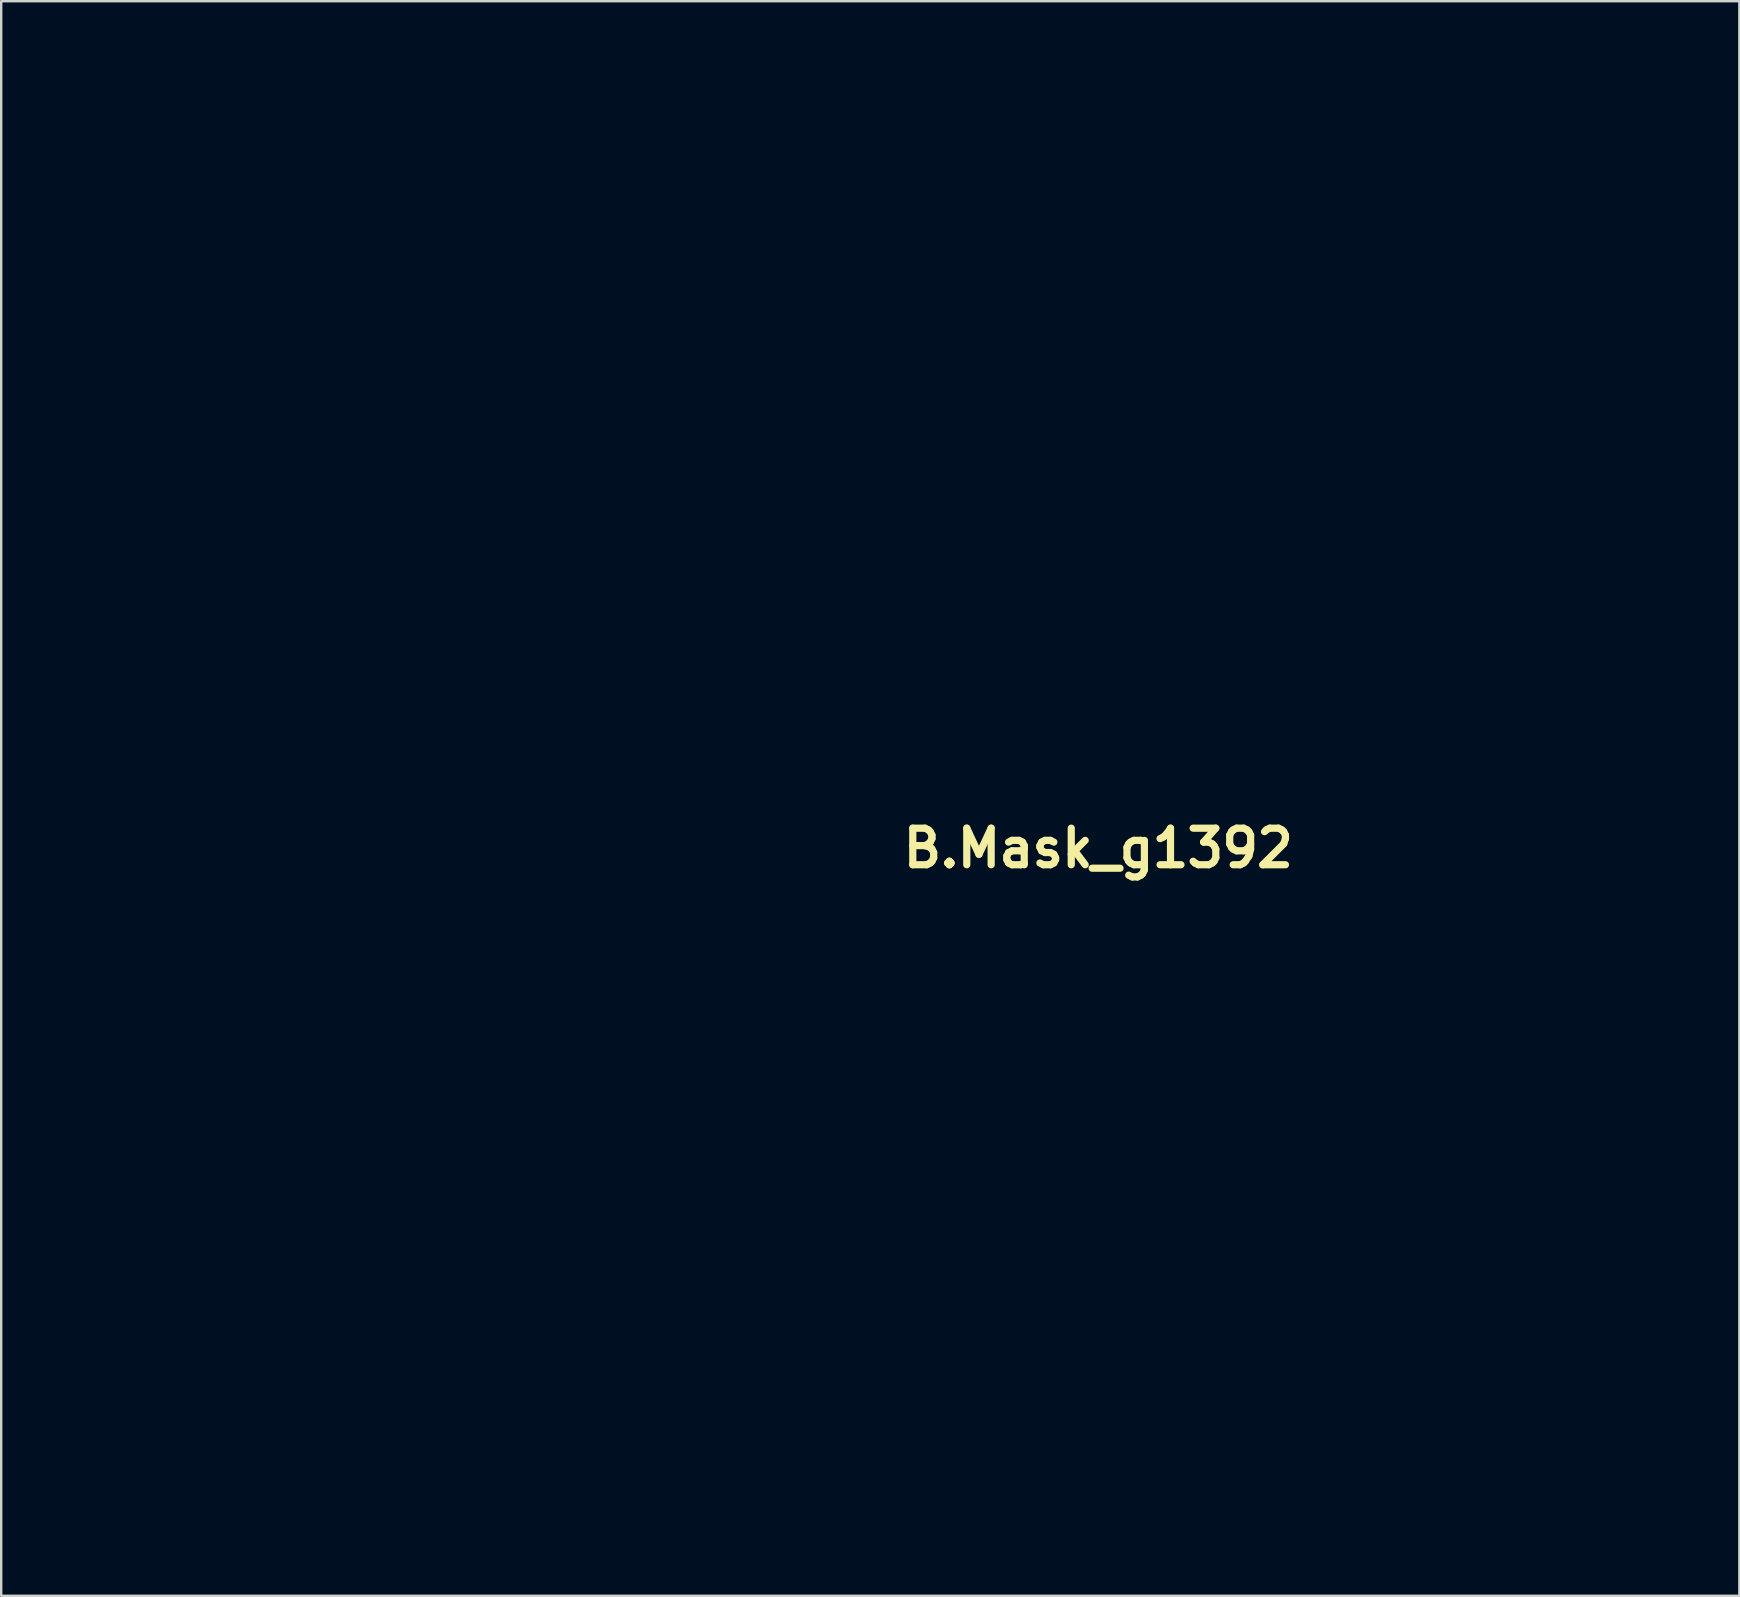
<source format=kicad_pcb>
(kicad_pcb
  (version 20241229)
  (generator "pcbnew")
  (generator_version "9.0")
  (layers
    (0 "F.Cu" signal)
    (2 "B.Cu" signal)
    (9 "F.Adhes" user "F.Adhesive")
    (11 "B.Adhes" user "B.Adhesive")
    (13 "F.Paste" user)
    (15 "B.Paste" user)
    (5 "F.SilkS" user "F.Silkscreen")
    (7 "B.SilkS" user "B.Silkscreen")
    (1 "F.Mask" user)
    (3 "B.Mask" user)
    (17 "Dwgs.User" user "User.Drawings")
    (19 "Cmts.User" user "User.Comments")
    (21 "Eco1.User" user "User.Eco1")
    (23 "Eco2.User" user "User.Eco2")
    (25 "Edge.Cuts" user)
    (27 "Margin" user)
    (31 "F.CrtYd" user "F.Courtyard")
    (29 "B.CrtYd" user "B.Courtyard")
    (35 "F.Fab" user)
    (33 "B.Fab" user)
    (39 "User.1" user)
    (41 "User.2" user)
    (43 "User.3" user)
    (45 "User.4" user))
  (footprint "B.Mask_g1392"
    (layer "F.Cu")
    (at 42.721 32.3)
    (property "Reference" "B.Mask_g1392" (at 0 0 0) (layer "F.SilkS") (effects (font (size 1.524 1.524) (thickness 0.3))))
    (attr through_hole)
    (fp_poly (pts (xy -42.199 27.468) (xy -42.081 27.561) (xy -42.007 27.691) (xy -41.988 27.838) (xy -42.03 27.981) (xy -42.093 28.06) (xy -42.233 28.138) (xy -42.394 28.15) (xy -42.548 28.097) (xy -42.61 28.048) (xy -42.698 27.91) (xy -42.716 27.76) (xy -42.672 27.618) (xy -42.575 27.505) (xy -42.433 27.44) (xy -42.355 27.432) (xy -42.199 27.468)) (stroke (width 0.01) (type solid)) (fill yes) (layer "B.Mask"))
    (fp_poly (pts (xy -42.546 10.798) (xy -42.397 10.807) (xy -42.195 10.82) (xy -41.956 10.837) (xy -41.695 10.856) (xy -41.428 10.875) (xy -41.171 10.895) (xy -40.939 10.913) (xy -40.747 10.929) (xy -40.613 10.942) (xy -40.566 10.947) (xy -40.386 10.97) (xy -40.386 14.015) (xy -40.386 14.514) (xy -40.388 14.988) (xy -40.39 15.43) (xy -40.392 15.833) (xy -40.396 16.19) (xy -40.399 16.495) (xy -40.404 16.741) (xy -40.408 16.921) (xy -40.413 17.03) (xy -40.418 17.06) (xy -40.454 17.031) (xy -40.543 16.949) (xy -40.678 16.819) (xy -40.853 16.65) (xy -41.061 16.446) (xy -41.295 16.216) (xy -41.548 15.964) (xy -41.582 15.931) (xy -42.714 14.802) (xy -42.714 10.795) (xy -42.625 10.795) (xy -42.546 10.798)) (stroke (width 0.01) (type solid)) (fill yes) (layer "B.Mask"))
    (fp_poly (pts (xy -42.496 -5.46) (xy -42.345 -5.451) (xy -42.137 -5.439) (xy -41.886 -5.422) (xy -41.605 -5.403) (xy -41.434 -5.39) (xy -40.428 -5.317) (xy -40.428 -3.851) (xy -40.428 -3.572) (xy -40.427 -3.219) (xy -40.425 -2.801) (xy -40.423 -2.329) (xy -40.42 -1.812) (xy -40.417 -1.261) (xy -40.414 -0.685) (xy -40.41 -0.096) (xy -40.405 0.498) (xy -40.401 1.085) (xy -40.4 1.178) (xy -40.372 4.741) (xy -40.622 4.736) (xy -40.741 4.73) (xy -40.926 4.719) (xy -41.162 4.702) (xy -41.431 4.682) (xy -41.717 4.66) (xy -41.783 4.654) (xy -42.051 4.632) (xy -42.288 4.612) (xy -42.483 4.595) (xy -42.623 4.583) (xy -42.696 4.576) (xy -42.704 4.575) (xy -42.705 4.534) (xy -42.706 4.412) (xy -42.708 4.217) (xy -42.709 3.952) (xy -42.71 3.623) (xy -42.711 3.236) (xy -42.712 2.796) (xy -42.713 2.307) (xy -42.713 1.776) (xy -42.714 1.206) (xy -42.714 0.604) (xy -42.714 -0.025) (xy -42.714 -0.445) (xy -42.714 -5.461) (xy -42.577 -5.462) (xy -42.496 -5.46)) (stroke (width 0.01) (type solid)) (fill yes) (layer "B.Mask"))
    (fp_poly (pts (xy -36.65 11.283) (xy -36.573 11.289) (xy -36.42 11.301) (xy -36.197 11.317) (xy -35.911 11.338) (xy -35.568 11.362) (xy -35.175 11.389) (xy -34.738 11.42) (xy -34.265 11.452) (xy -33.762 11.487) (xy -33.236 11.523) (xy -32.692 11.56) (xy -32.138 11.598) (xy -31.581 11.636) (xy -31.026 11.673) (xy -30.482 11.71) (xy -29.953 11.746) (xy -29.448 11.78) (xy -28.972 11.812) (xy -28.532 11.841) (xy -28.134 11.867) (xy -27.786 11.89) (xy -27.495 11.909) (xy -27.265 11.924) (xy -27.105 11.933) (xy -27.021 11.938) (xy -27.012 11.938) (xy -26.882 11.938) (xy -26.882 15.092) (xy -30.745 18.955) (xy -31.221 19.431) (xy -31.681 19.89) (xy -32.121 20.329) (xy -32.538 20.743) (xy -32.928 21.131) (xy -33.287 21.487) (xy -33.613 21.809) (xy -33.9 22.092) (xy -34.147 22.335) (xy -34.348 22.532) (xy -34.501 22.68) (xy -34.602 22.776) (xy -34.648 22.817) (xy -34.65 22.818) (xy -34.689 22.789) (xy -34.78 22.706) (xy -34.917 22.577) (xy -35.093 22.408) (xy -35.301 22.205) (xy -35.533 21.976) (xy -35.783 21.727) (xy -36.872 20.637) (xy -36.872 11.26) (xy -36.65 11.283)) (stroke (width 0.01) (type solid)) (fill yes) (layer "B.Mask"))
    (fp_poly (pts (xy -36.747 -5.077) (xy -36.611 -5.068) (xy -36.403 -5.054) (xy -36.131 -5.036) (xy -35.801 -5.012) (xy -35.419 -4.986) (xy -34.991 -4.955) (xy -34.526 -4.922) (xy -34.029 -4.887) (xy -33.506 -4.849) (xy -32.965 -4.811) (xy -32.412 -4.771) (xy -31.853 -4.73) (xy -31.295 -4.69) (xy -30.745 -4.65) (xy -30.209 -4.611) (xy -29.693 -4.574) (xy -29.205 -4.538) (xy -28.751 -4.505) (xy -28.338 -4.474) (xy -27.972 -4.447) (xy -27.659 -4.423) (xy -27.406 -4.404) (xy -27.22 -4.39) (xy -27.108 -4.38) (xy -27.083 -4.378) (xy -26.839 -4.352) (xy -26.839 5.842) (xy -27.062 5.835) (xy -27.218 5.828) (xy -27.361 5.819) (xy -27.411 5.814) (xy -27.47 5.809) (xy -27.608 5.798) (xy -27.818 5.782) (xy -28.096 5.762) (xy -28.435 5.737) (xy -28.83 5.708) (xy -29.275 5.676) (xy -29.764 5.64) (xy -30.292 5.602) (xy -30.852 5.561) (xy -31.439 5.519) (xy -31.941 5.483) (xy -32.55 5.439) (xy -33.139 5.397) (xy -33.703 5.356) (xy -34.235 5.318) (xy -34.73 5.282) (xy -35.182 5.249) (xy -35.583 5.219) (xy -35.929 5.194) (xy -36.213 5.173) (xy -36.43 5.156) (xy -36.573 5.145) (xy -36.629 5.141) (xy -36.915 5.114) (xy -36.915 -5.08) (xy -36.806 -5.08) (xy -36.747 -5.077)) (stroke (width 0.01) (type solid)) (fill yes) (layer "B.Mask"))
    (fp_poly (pts (xy -30.365 20.503) (xy -30.338 20.548) (xy -30.285 20.659) (xy -30.212 20.825) (xy -30.122 21.034) (xy -30.023 21.274) (xy -29.991 21.352) (xy -29.654 22.177) (xy -29.284 22.316) (xy -29.084 22.397) (xy -28.962 22.463) (xy -28.915 22.515) (xy -28.914 22.522) (xy -28.947 22.605) (xy -29.028 22.698) (xy -29.129 22.776) (xy -29.221 22.813) (xy -29.233 22.814) (xy -29.292 22.797) (xy -29.419 22.753) (xy -29.604 22.685) (xy -29.835 22.596) (xy -30.102 22.492) (xy -30.396 22.375) (xy -30.49 22.337) (xy -30.862 22.186) (xy -31.157 22.063) (xy -31.382 21.964) (xy -31.538 21.889) (xy -31.631 21.835) (xy -31.665 21.801) (xy -31.665 21.799) (xy -31.633 21.723) (xy -31.557 21.631) (xy -31.462 21.55) (xy -31.377 21.507) (xy -31.363 21.505) (xy -31.299 21.521) (xy -31.176 21.562) (xy -31.014 21.624) (xy -30.879 21.678) (xy -30.695 21.753) (xy -30.533 21.82) (xy -30.413 21.869) (xy -30.365 21.888) (xy -30.271 21.926) (xy -30.358 21.705) (xy -30.421 21.548) (xy -30.5 21.357) (xy -30.568 21.194) (xy -30.629 21.043) (xy -30.673 20.915) (xy -30.692 20.836) (xy -30.692 20.832) (xy -30.665 20.764) (xy -30.598 20.676) (xy -30.512 20.588) (xy -30.43 20.523) (xy -30.371 20.501) (xy -30.365 20.503)) (stroke (width 0.01) (type solid)) (fill yes) (layer "B.Mask"))
    (fp_poly (pts (xy -20.206 10.963) (xy -20.115 11.004) (xy -19.92 11.137) (xy -19.74 11.317) (xy -19.589 11.523) (xy -19.482 11.736) (xy -19.433 11.935) (xy -19.432 11.967) (xy -19.469 12.181) (xy -19.573 12.383) (xy -19.727 12.549) (xy -19.915 12.657) (xy -19.925 12.66) (xy -20.031 12.716) (xy -20.066 12.78) (xy -20.095 12.852) (xy -20.165 12.945) (xy -20.251 13.029) (xy -20.326 13.078) (xy -20.344 13.081) (xy -20.383 13.052) (xy -20.474 12.971) (xy -20.609 12.844) (xy -20.779 12.679) (xy -20.979 12.484) (xy -21.199 12.266) (xy -21.262 12.202) (xy -21.485 11.978) (xy -21.687 11.771) (xy -21.711 11.747) (xy -21.038 11.747) (xy -20.733 12.054) (xy -20.6 12.183) (xy -20.484 12.285) (xy -20.4 12.348) (xy -20.37 12.361) (xy -20.295 12.344) (xy -20.186 12.302) (xy -20.164 12.292) (xy -20.005 12.188) (xy -19.926 12.067) (xy -19.927 11.924) (xy -20.008 11.757) (xy -20.095 11.644) (xy -20.281 11.464) (xy -20.458 11.368) (xy -20.625 11.356) (xy -20.782 11.428) (xy -20.93 11.584) (xy -20.956 11.622) (xy -21.038 11.747) (xy -21.711 11.747) (xy -21.861 11.591) (xy -21.999 11.445) (xy -22.094 11.34) (xy -22.138 11.285) (xy -22.14 11.279) (xy -22.112 11.226) (xy -22.04 11.141) (xy -21.992 11.091) (xy -21.843 10.947) (xy -21.344 11.441) (xy -21.278 11.313) (xy -21.133 11.119) (xy -20.938 10.982) (xy -20.708 10.908) (xy -20.459 10.9) (xy -20.206 10.963)) (stroke (width 0.01) (type solid)) (fill yes) (layer "B.Mask"))
    (fp_poly (pts (xy -25.099 14.465) (xy -25.005 14.545) (xy -24.872 14.667) (xy -24.708 14.823) (xy -24.522 15.002) (xy -24.326 15.195) (xy -24.126 15.392) (xy -23.934 15.585) (xy -23.759 15.765) (xy -23.61 15.921) (xy -23.496 16.044) (xy -23.427 16.125) (xy -23.41 16.153) (xy -23.442 16.216) (xy -23.517 16.299) (xy -23.608 16.376) (xy -23.688 16.421) (xy -23.708 16.425) (xy -23.76 16.397) (xy -23.857 16.319) (xy -23.986 16.204) (xy -24.132 16.063) (xy -24.14 16.056) (xy -24.511 15.686) (xy -25.187 16.358) (xy -24.807 16.746) (xy -24.664 16.893) (xy -24.545 17.019) (xy -24.463 17.111) (xy -24.427 17.157) (xy -24.426 17.159) (xy -24.454 17.212) (xy -24.523 17.296) (xy -24.609 17.385) (xy -24.689 17.456) (xy -24.738 17.484) (xy -24.78 17.455) (xy -24.873 17.373) (xy -25.009 17.247) (xy -25.18 17.083) (xy -25.378 16.89) (xy -25.596 16.674) (xy -25.623 16.647) (xy -25.84 16.427) (xy -26.037 16.225) (xy -26.204 16.048) (xy -26.335 15.905) (xy -26.423 15.803) (xy -26.458 15.752) (xy -26.458 15.75) (xy -26.427 15.674) (xy -26.352 15.58) (xy -26.261 15.498) (xy -26.18 15.454) (xy -26.166 15.452) (xy -26.109 15.48) (xy -26.011 15.556) (xy -25.886 15.668) (xy -25.802 15.748) (xy -25.504 16.044) (xy -24.831 15.367) (xy -25.136 15.059) (xy -25.264 14.926) (xy -25.366 14.813) (xy -25.429 14.734) (xy -25.442 14.707) (xy -25.411 14.644) (xy -25.336 14.562) (xy -25.244 14.485) (xy -25.164 14.44) (xy -25.143 14.436) (xy -25.099 14.465)) (stroke (width 0.01) (type solid)) (fill yes) (layer "B.Mask"))
    (fp_poly (pts (xy -18.266 7.48) (xy -18.175 7.56) (xy -18.044 7.684) (xy -17.882 7.841) (xy -17.697 8.022) (xy -17.5 8.219) (xy -17.298 8.421) (xy -17.101 8.621) (xy -16.918 8.808) (xy -16.758 8.974) (xy -16.631 9.11) (xy -16.546 9.205) (xy -16.51 9.252) (xy -16.51 9.254) (xy -16.538 9.306) (xy -16.612 9.394) (xy -16.69 9.474) (xy -16.816 9.602) (xy -16.938 9.736) (xy -16.992 9.8) (xy -17.178 9.971) (xy -17.4 10.074) (xy -17.64 10.105) (xy -17.877 10.059) (xy -18.177 9.905) (xy -18.429 9.687) (xy -18.519 9.577) (xy -18.658 9.332) (xy -18.721 9.089) (xy -18.719 9.038) (xy -18.245 9.038) (xy -18.192 9.183) (xy -18.087 9.32) (xy -17.902 9.498) (xy -17.729 9.611) (xy -17.579 9.652) (xy -17.574 9.652) (xy -17.478 9.62) (xy -17.357 9.532) (xy -17.309 9.488) (xy -17.218 9.39) (xy -17.159 9.314) (xy -17.145 9.286) (xy -17.173 9.242) (xy -17.25 9.153) (xy -17.362 9.034) (xy -17.459 8.936) (xy -17.62 8.782) (xy -17.743 8.688) (xy -17.842 8.65) (xy -17.936 8.664) (xy -18.04 8.728) (xy -18.115 8.788) (xy -18.219 8.909) (xy -18.245 9.038) (xy -18.719 9.038) (xy -18.711 8.859) (xy -18.63 8.652) (xy -18.479 8.478) (xy -18.289 8.361) (xy -18.115 8.283) (xy -18.349 8.045) (xy -18.461 7.925) (xy -18.544 7.821) (xy -18.583 7.752) (xy -18.584 7.743) (xy -18.555 7.675) (xy -18.484 7.586) (xy -18.399 7.503) (xy -18.324 7.455) (xy -18.306 7.451) (xy -18.266 7.48)) (stroke (width 0.01) (type solid)) (fill yes) (layer "B.Mask"))
    (fp_poly (pts (xy -29.08 19.291) (xy -28.983 19.372) (xy -28.847 19.496) (xy -28.681 19.653) (xy -28.494 19.834) (xy -28.296 20.029) (xy -28.097 20.229) (xy -27.905 20.424) (xy -27.731 20.606) (xy -27.583 20.764) (xy -27.471 20.889) (xy -27.404 20.972) (xy -27.39 21) (xy -27.421 21.075) (xy -27.497 21.167) (xy -27.59 21.248) (xy -27.672 21.292) (xy -27.687 21.294) (xy -27.746 21.266) (xy -27.842 21.192) (xy -27.952 21.093) (xy -28.061 20.988) (xy -28.127 20.936) (xy -28.166 20.93) (xy -28.195 20.962) (xy -28.203 20.976) (xy -28.358 21.173) (xy -28.562 21.315) (xy -28.798 21.397) (xy -29.046 21.41) (xy -29.231 21.369) (xy -29.472 21.245) (xy -29.698 21.057) (xy -29.86 20.86) (xy -29.999 20.606) (xy -30.05 20.385) (xy -29.561 20.385) (xy -29.548 20.428) (xy -29.455 20.593) (xy -29.316 20.745) (xy -29.153 20.868) (xy -28.988 20.941) (xy -28.897 20.955) (xy -28.778 20.923) (xy -28.649 20.82) (xy -28.633 20.804) (xy -28.55 20.706) (xy -28.498 20.627) (xy -28.49 20.602) (xy -28.519 20.552) (xy -28.596 20.459) (xy -28.708 20.337) (xy -28.804 20.239) (xy -29.117 19.928) (xy -29.277 20.008) (xy -29.452 20.122) (xy -29.547 20.248) (xy -29.561 20.385) (xy -30.05 20.385) (xy -30.055 20.366) (xy -30.027 20.142) (xy -29.917 19.933) (xy -29.85 19.854) (xy -29.724 19.745) (xy -29.599 19.672) (xy -29.556 19.659) (xy -29.455 19.619) (xy -29.422 19.566) (xy -29.391 19.486) (xy -29.316 19.39) (xy -29.223 19.307) (xy -29.141 19.263) (xy -29.128 19.262) (xy -29.08 19.291)) (stroke (width 0.01) (type solid)) (fill yes) (layer "B.Mask"))
    (fp_poly (pts (xy -23.085 13.732) (xy -22.865 13.825) (xy -22.654 13.99) (xy -22.553 14.095) (xy -22.394 14.317) (xy -22.3 14.554) (xy -22.278 14.785) (xy -22.289 14.868) (xy -22.38 15.113) (xy -22.539 15.348) (xy -22.753 15.555) (xy -22.986 15.705) (xy -23.124 15.768) (xy -23.22 15.781) (xy -23.305 15.742) (xy -23.402 15.651) (xy -23.501 15.535) (xy -23.53 15.458) (xy -23.491 15.408) (xy -23.421 15.383) (xy -23.201 15.302) (xy -23.005 15.178) (xy -22.85 15.026) (xy -22.758 14.862) (xy -22.749 14.834) (xy -22.747 14.743) (xy -22.768 14.632) (xy -22.804 14.534) (xy -22.845 14.481) (xy -22.855 14.478) (xy -22.894 14.506) (xy -22.98 14.584) (xy -23.101 14.7) (xy -23.246 14.843) (xy -23.283 14.88) (xy -23.437 15.029) (xy -23.574 15.153) (xy -23.682 15.241) (xy -23.748 15.281) (xy -23.755 15.282) (xy -23.831 15.249) (xy -23.93 15.161) (xy -24.033 15.042) (xy -24.124 14.911) (xy -24.185 14.791) (xy -24.198 14.746) (xy -24.208 14.568) (xy -23.775 14.568) (xy -23.754 14.655) (xy -23.715 14.69) (xy -23.673 14.662) (xy -23.587 14.587) (xy -23.475 14.479) (xy -23.433 14.437) (xy -23.322 14.319) (xy -23.244 14.222) (xy -23.21 14.164) (xy -23.212 14.155) (xy -23.302 14.118) (xy -23.427 14.133) (xy -23.56 14.19) (xy -23.679 14.28) (xy -23.747 14.369) (xy -23.774 14.462) (xy -23.775 14.568) (xy -24.208 14.568) (xy -24.212 14.488) (xy -24.161 14.25) (xy -24.057 14.062) (xy -23.851 13.867) (xy -23.609 13.745) (xy -23.339 13.702) (xy -23.329 13.702) (xy -23.085 13.732)) (stroke (width 0.01) (type solid)) (fill yes) (layer "B.Mask"))
    (fp_poly (pts (xy -27.683 17.894) (xy -27.586 17.975) (xy -27.45 18.099) (xy -27.284 18.256) (xy -27.097 18.437) (xy -26.899 18.632) (xy -26.7 18.832) (xy -26.508 19.027) (xy -26.334 19.209) (xy -26.186 19.367) (xy -26.074 19.492) (xy -26.007 19.575) (xy -25.993 19.603) (xy -26.022 19.671) (xy -26.092 19.761) (xy -26.177 19.844) (xy -26.251 19.893) (xy -26.269 19.897) (xy -26.316 19.869) (xy -26.404 19.796) (xy -26.514 19.692) (xy -26.525 19.681) (xy -26.743 19.466) (xy -26.839 19.621) (xy -27.001 19.807) (xy -27.21 19.937) (xy -27.448 20.004) (xy -27.693 20) (xy -27.828 19.964) (xy -28.083 19.835) (xy -28.302 19.656) (xy -28.476 19.443) (xy -28.596 19.208) (xy -28.651 18.967) (xy -28.649 18.923) (xy -28.179 18.923) (xy -28.175 18.954) (xy -28.154 19.031) (xy -28.152 19.052) (xy -28.122 19.113) (xy -28.048 19.207) (xy -27.947 19.314) (xy -27.84 19.413) (xy -27.75 19.48) (xy -27.572 19.549) (xy -27.405 19.535) (xy -27.289 19.47) (xy -27.188 19.369) (xy -27.116 19.265) (xy -27.092 19.211) (xy -27.088 19.163) (xy -27.115 19.107) (xy -27.18 19.029) (xy -27.293 18.913) (xy -27.366 18.84) (xy -27.677 18.532) (xy -27.828 18.582) (xy -27.947 18.643) (xy -28.059 18.734) (xy -28.142 18.834) (xy -28.179 18.923) (xy -28.649 18.923) (xy -28.639 18.755) (xy -28.579 18.621) (xy -28.47 18.479) (xy -28.337 18.355) (xy -28.203 18.275) (xy -28.159 18.262) (xy -28.058 18.222) (xy -28.025 18.169) (xy -27.994 18.089) (xy -27.919 17.993) (xy -27.826 17.91) (xy -27.744 17.866) (xy -27.731 17.865) (xy -27.683 17.894)) (stroke (width 0.01) (type solid)) (fill yes) (layer "B.Mask"))
    (fp_poly (pts (xy -26.345 16.58) (xy -26.262 16.648) (xy -26.173 16.732) (xy -26.103 16.81) (xy -26.077 16.855) (xy -26.111 16.888) (xy -26.198 16.95) (xy -26.321 17.03) (xy -26.329 17.035) (xy -26.551 17.191) (xy -26.691 17.336) (xy -26.752 17.473) (xy -26.755 17.511) (xy -26.746 17.587) (xy -26.729 17.611) (xy -26.687 17.585) (xy -26.601 17.518) (xy -26.514 17.443) (xy -26.261 17.255) (xy -26.019 17.144) (xy -25.794 17.108) (xy -25.59 17.149) (xy -25.414 17.266) (xy -25.276 17.447) (xy -25.203 17.648) (xy -25.197 17.858) (xy -25.25 18.03) (xy -25.343 18.161) (xy -25.474 18.289) (xy -25.617 18.391) (xy -25.739 18.443) (xy -25.826 18.477) (xy -25.836 18.528) (xy -25.849 18.596) (xy -25.909 18.685) (xy -25.993 18.771) (xy -26.078 18.829) (xy -26.118 18.838) (xy -26.17 18.809) (xy -26.268 18.73) (xy -26.4 18.61) (xy -26.555 18.462) (xy -26.633 18.383) (xy -26.796 18.215) (xy -26.943 18.06) (xy -27.06 17.932) (xy -27.075 17.915) (xy -26.424 17.915) (xy -26.307 18.037) (xy -26.198 18.12) (xy -26.082 18.134) (xy -25.945 18.08) (xy -25.837 18.007) (xy -25.711 17.886) (xy -25.669 17.77) (xy -25.71 17.662) (xy -25.72 17.65) (xy -25.815 17.583) (xy -25.929 17.581) (xy -26.07 17.646) (xy -26.205 17.742) (xy -26.424 17.915) (xy -27.075 17.915) (xy -27.135 17.845) (xy -27.151 17.823) (xy -27.214 17.657) (xy -27.215 17.458) (xy -27.157 17.25) (xy -27.095 17.133) (xy -27.012 17.028) (xy -26.892 16.905) (xy -26.753 16.781) (xy -26.614 16.671) (xy -26.492 16.59) (xy -26.407 16.553) (xy -26.398 16.552) (xy -26.345 16.58)) (stroke (width 0.01) (type solid)) (fill yes) (layer "B.Mask"))
    (fp_poly (pts (xy -19.071 9.483) (xy -18.984 9.577) (xy -18.931 9.653) (xy -18.923 9.677) (xy -18.957 9.724) (xy -19.046 9.792) (xy -19.153 9.858) (xy -19.332 9.978) (xy -19.471 10.109) (xy -19.559 10.237) (xy -19.584 10.348) (xy -19.58 10.371) (xy -19.56 10.414) (xy -19.528 10.419) (xy -19.467 10.38) (xy -19.361 10.29) (xy -19.354 10.284) (xy -19.134 10.111) (xy -18.934 10.004) (xy -18.736 9.955) (xy -18.627 9.948) (xy -18.49 9.956) (xy -18.39 9.989) (xy -18.289 10.064) (xy -18.242 10.107) (xy -18.093 10.296) (xy -18.023 10.502) (xy -18.032 10.713) (xy -18.12 10.917) (xy -18.255 11.073) (xy -18.376 11.17) (xy -18.496 11.246) (xy -18.546 11.268) (xy -18.637 11.322) (xy -18.669 11.384) (xy -18.698 11.457) (xy -18.77 11.549) (xy -18.857 11.633) (xy -18.933 11.681) (xy -18.95 11.684) (xy -18.993 11.655) (xy -19.083 11.575) (xy -19.212 11.454) (xy -19.367 11.301) (xy -19.505 11.162) (xy -19.715 10.944) (xy -19.869 10.772) (xy -19.902 10.728) (xy -19.204 10.728) (xy -19.203 10.776) (xy -19.148 10.844) (xy -19.134 10.859) (xy -19.013 10.947) (xy -18.882 10.955) (xy -18.783 10.917) (xy -18.623 10.81) (xy -18.529 10.693) (xy -18.505 10.577) (xy -18.555 10.473) (xy -18.605 10.432) (xy -18.673 10.394) (xy -18.733 10.39) (xy -18.816 10.426) (xy -18.891 10.469) (xy -19.017 10.551) (xy -19.123 10.635) (xy -19.152 10.664) (xy -19.204 10.728) (xy -19.902 10.728) (xy -19.974 10.633) (xy -20.037 10.516) (xy -20.064 10.409) (xy -20.063 10.301) (xy -20.048 10.215) (xy -19.987 10.071) (xy -19.871 9.901) (xy -19.716 9.727) (xy -19.539 9.567) (xy -19.463 9.51) (xy -19.22 9.339) (xy -19.071 9.483)) (stroke (width 0.01) (type solid)) (fill yes) (layer "B.Mask"))
    (fp_poly (pts (xy -21.69 12.327) (xy -21.522 12.393) (xy -21.315 12.535) (xy -21.133 12.724) (xy -20.989 12.939) (xy -20.898 13.16) (xy -20.871 13.34) (xy -20.91 13.527) (xy -21.013 13.714) (xy -21.16 13.88) (xy -21.334 14) (xy -21.418 14.034) (xy -21.489 14.061) (xy -21.484 14.09) (xy -21.442 14.124) (xy -21.304 14.18) (xy -21.157 14.154) (xy -21.001 14.044) (xy -20.979 14.023) (xy -20.867 13.896) (xy -20.769 13.758) (xy -20.738 13.705) (xy -20.676 13.607) (xy -20.618 13.551) (xy -20.603 13.547) (xy -20.543 13.575) (xy -20.454 13.647) (xy -20.405 13.694) (xy -20.263 13.841) (xy -20.422 14.073) (xy -20.641 14.335) (xy -20.886 14.521) (xy -21.017 14.586) (xy -21.206 14.639) (xy -21.39 14.629) (xy -21.589 14.559) (xy -21.674 14.505) (xy -21.801 14.405) (xy -21.959 14.269) (xy -22.136 14.108) (xy -22.323 13.933) (xy -22.507 13.753) (xy -22.68 13.579) (xy -22.828 13.422) (xy -22.943 13.293) (xy -23.013 13.201) (xy -23.029 13.164) (xy -23.021 13.144) (xy -22.435 13.144) (xy -22.151 13.43) (xy -21.988 13.585) (xy -21.863 13.678) (xy -21.759 13.709) (xy -21.661 13.684) (xy -21.554 13.603) (xy -21.5 13.552) (xy -21.409 13.449) (xy -21.349 13.362) (xy -21.336 13.325) (xy -21.365 13.239) (xy -21.439 13.122) (xy -21.54 12.996) (xy -21.65 12.886) (xy -21.729 12.826) (xy -21.911 12.753) (xy -22.079 12.763) (xy -22.232 12.856) (xy -22.355 13.011) (xy -22.435 13.144) (xy -23.021 13.144) (xy -23 13.097) (xy -22.926 13.002) (xy -22.871 12.945) (xy -22.761 12.829) (xy -22.669 12.709) (xy -22.641 12.666) (xy -22.563 12.564) (xy -22.446 12.458) (xy -22.391 12.417) (xy -22.179 12.325) (xy -21.937 12.294) (xy -21.69 12.327)) (stroke (width 0.01) (type solid)) (fill yes) (layer "B.Mask"))
    (fp_poly (pts (xy 21.591 -32.29) (xy 21.837 -32.226) (xy 21.95 -32.178) (xy 22.051 -32.122) (xy 22.16 -32.047) (xy 22.288 -31.943) (xy 22.443 -31.803) (xy 22.636 -31.617) (xy 22.875 -31.378) (xy 22.89 -31.363) (xy 23.159 -31.087) (xy 23.369 -30.858) (xy 23.525 -30.668) (xy 23.632 -30.507) (xy 23.693 -30.366) (xy 23.714 -30.237) (xy 23.699 -30.109) (xy 23.652 -29.975) (xy 23.623 -29.911) (xy 23.584 -29.863) (xy 23.489 -29.759) (xy 23.339 -29.601) (xy 23.138 -29.392) (xy 22.89 -29.137) (xy 22.597 -28.837) (xy 22.262 -28.495) (xy 21.889 -28.116) (xy 21.48 -27.702) (xy 21.038 -27.255) (xy 20.567 -26.78) (xy 20.069 -26.278) (xy 19.548 -25.754) (xy 19.006 -25.209) (xy 18.447 -24.648) (xy 17.874 -24.073) (xy 17.289 -23.487) (xy 16.696 -22.894) (xy 16.098 -22.296) (xy 15.498 -21.696) (xy 14.899 -21.097) (xy 14.304 -20.503) (xy 13.716 -19.917) (xy 13.138 -19.341) (xy 12.573 -18.779) (xy 12.024 -18.233) (xy 11.494 -17.707) (xy 10.987 -17.204) (xy 10.504 -16.726) (xy 10.051 -16.278) (xy 9.628 -15.861) (xy 9.24 -15.479) (xy 8.89 -15.135) (xy 8.58 -14.832) (xy 8.313 -14.573) (xy 8.094 -14.362) (xy 7.924 -14.2) (xy 7.806 -14.091) (xy 7.745 -14.039) (xy 7.738 -14.035) (xy 7.503 -13.976) (xy 7.275 -13.999) (xy 7.131 -14.055) (xy 7.041 -14.116) (xy 6.905 -14.23) (xy 6.735 -14.384) (xy 6.543 -14.567) (xy 6.339 -14.768) (xy 6.134 -14.976) (xy 5.941 -15.18) (xy 5.769 -15.367) (xy 5.63 -15.527) (xy 5.536 -15.649) (xy 5.506 -15.698) (xy 5.431 -15.896) (xy 5.388 -16.116) (xy 5.381 -16.321) (xy 5.394 -16.411) (xy 5.419 -16.447) (xy 5.488 -16.525) (xy 5.601 -16.647) (xy 5.759 -16.814) (xy 5.964 -17.027) (xy 6.217 -17.286) (xy 6.518 -17.594) (xy 6.868 -17.95) (xy 7.269 -18.356) (xy 7.721 -18.814) (xy 8.225 -19.322) (xy 8.783 -19.884) (xy 9.395 -20.499) (xy 10.063 -21.169) (xy 10.786 -21.895) (xy 11.567 -22.678) (xy 12.406 -23.518) (xy 13.242 -24.355) (xy 13.923 -25.036) (xy 14.589 -25.702) (xy 15.238 -26.35) (xy 15.867 -26.978) (xy 16.473 -27.583) (xy 17.054 -28.162) (xy 17.607 -28.714) (xy 18.13 -29.235) (xy 18.621 -29.723) (xy 19.076 -30.175) (xy 19.494 -30.59) (xy 19.871 -30.964) (xy 20.206 -31.295) (xy 20.496 -31.581) (xy 20.737 -31.819) (xy 20.929 -32.006) (xy 21.067 -32.14) (xy 21.151 -32.219) (xy 21.175 -32.24) (xy 21.364 -32.295) (xy 21.591 -32.29)) (stroke (width 0.01) (type solid)) (fill yes) (layer "B.Mask"))
    (fp_poly (pts (xy -15.991 6.318) (xy -15.882 6.406) (xy -15.848 6.488) (xy -15.886 6.581) (xy -15.971 6.678) (xy -16.128 6.839) (xy -15.939 6.943) (xy -15.749 7.046) (xy -15.588 6.888) (xy -15.46 6.779) (xy -15.362 6.737) (xy -15.279 6.761) (xy -15.225 6.808) (xy -15.167 6.899) (xy -15.171 6.986) (xy -15.242 7.09) (xy -15.282 7.133) (xy -15.41 7.264) (xy -15.156 7.41) (xy -15.001 7.511) (xy -14.921 7.596) (xy -14.912 7.673) (xy -14.97 7.753) (xy -14.979 7.762) (xy -15.074 7.82) (xy -15.179 7.819) (xy -15.316 7.758) (xy -15.357 7.733) (xy -15.513 7.637) (xy -15.614 7.582) (xy -15.679 7.564) (xy -15.724 7.577) (xy -15.767 7.617) (xy -15.799 7.661) (xy -15.798 7.699) (xy -15.75 7.745) (xy -15.645 7.815) (xy -15.581 7.855) (xy -15.455 7.939) (xy -15.363 8.013) (xy -15.325 8.061) (xy -15.325 8.063) (xy -15.353 8.124) (xy -15.423 8.205) (xy -15.433 8.215) (xy -15.542 8.317) (xy -15.719 8.215) (xy -15.895 8.112) (xy -16.014 8.046) (xy -16.092 8.015) (xy -16.146 8.015) (xy -16.194 8.046) (xy -16.253 8.104) (xy -16.288 8.139) (xy -16.413 8.247) (xy -16.508 8.289) (xy -16.594 8.266) (xy -16.68 8.191) (xy -16.78 8.084) (xy -16.625 7.925) (xy -16.469 7.766) (xy -16.654 7.655) (xy -16.839 7.543) (xy -17.001 7.709) (xy -17.114 7.817) (xy -17.195 7.863) (xy -17.263 7.852) (xy -17.339 7.787) (xy -17.349 7.776) (xy -17.417 7.694) (xy -17.432 7.629) (xy -17.391 7.555) (xy -17.311 7.468) (xy -17.181 7.334) (xy -17.28 7.277) (xy -16.526 7.277) (xy -16.475 7.321) (xy -16.377 7.382) (xy -16.271 7.445) (xy -16.203 7.485) (xy -16.188 7.493) (xy -16.161 7.466) (xy -16.111 7.411) (xy -16.071 7.36) (xy -16.075 7.32) (xy -16.132 7.271) (xy -16.215 7.217) (xy -16.323 7.152) (xy -16.386 7.129) (xy -16.432 7.145) (xy -16.477 7.188) (xy -16.523 7.239) (xy -16.526 7.277) (xy -17.28 7.277) (xy -17.42 7.197) (xy -17.578 7.097) (xy -17.665 7.017) (xy -17.686 6.947) (xy -17.651 6.876) (xy -17.573 6.799) (xy -17.493 6.769) (xy -17.393 6.787) (xy -17.253 6.854) (xy -17.175 6.898) (xy -17.033 6.979) (xy -16.945 7.022) (xy -16.891 7.03) (xy -16.851 7.009) (xy -16.823 6.98) (xy -16.775 6.915) (xy -16.768 6.885) (xy -16.811 6.857) (xy -16.905 6.802) (xy -16.983 6.756) (xy -17.135 6.663) (xy -17.219 6.592) (xy -17.243 6.529) (xy -17.213 6.46) (xy -17.172 6.408) (xy -17.101 6.331) (xy -17.045 6.311) (xy -16.965 6.34) (xy -16.927 6.359) (xy -16.793 6.43) (xy -16.649 6.512) (xy -16.628 6.525) (xy -16.472 6.618) (xy -16.276 6.439) (xy -16.167 6.341) (xy -16.097 6.295) (xy -16.045 6.291) (xy -15.991 6.318)) (stroke (width 0.01) (type solid)) (fill yes) (layer "B.Mask"))
    (fp_poly (pts (xy -21.907 -15.409) (xy -9.165 -2.667) (xy -10.499 -1.323) (xy -10.72 -1.1) (xy -10.994 -0.824) (xy -11.316 -0.501) (xy -11.678 -0.136) (xy -12.075 0.263) (xy -12.5 0.689) (xy -12.946 1.138) (xy -13.408 1.602) (xy -13.879 2.075) (xy -14.353 2.55) (xy -14.822 3.021) (xy -15.028 3.228) (xy -18.224 6.435) (xy -18.394 6.43) (xy -18.467 6.426) (xy -18.616 6.416) (xy -18.834 6.401) (xy -19.11 6.382) (xy -19.439 6.358) (xy -19.81 6.332) (xy -20.216 6.302) (xy -20.648 6.271) (xy -20.934 6.25) (xy -23.305 6.075) (xy -23.315 1.048) (xy -23.326 -3.979) (xy -23.205 -3.979) (xy -23.151 -3.976) (xy -23.018 -3.968) (xy -22.814 -3.954) (xy -22.544 -3.935) (xy -22.214 -3.913) (xy -21.83 -3.886) (xy -21.399 -3.856) (xy -20.927 -3.822) (xy -20.419 -3.787) (xy -19.883 -3.749) (xy -19.324 -3.709) (xy -18.749 -3.668) (xy -18.163 -3.627) (xy -17.573 -3.585) (xy -16.985 -3.543) (xy -16.406 -3.502) (xy -15.84 -3.461) (xy -15.295 -3.422) (xy -14.777 -3.385) (xy -14.292 -3.35) (xy -13.846 -3.318) (xy -13.445 -3.289) (xy -13.095 -3.263) (xy -12.803 -3.242) (xy -12.575 -3.225) (xy -12.417 -3.213) (xy -12.334 -3.206) (xy -12.33 -3.206) (xy -12.192 -3.192) (xy -12.192 -4.721) (xy -13.959 -6.485) (xy -15.727 -8.249) (xy -19.389 -8.508) (xy -19.941 -8.547) (xy -20.47 -8.585) (xy -20.972 -8.621) (xy -21.438 -8.654) (xy -21.863 -8.685) (xy -22.241 -8.713) (xy -22.564 -8.737) (xy -22.827 -8.758) (xy -23.024 -8.773) (xy -23.147 -8.783) (xy -23.188 -8.788) (xy -23.326 -8.809) (xy -23.326 -15.854) (xy -26.882 -19.409) (xy -26.882 -14.279) (xy -26.882 -13.627) (xy -26.883 -12.999) (xy -26.884 -12.4) (xy -26.886 -11.834) (xy -26.888 -11.308) (xy -26.89 -10.827) (xy -26.893 -10.395) (xy -26.896 -10.017) (xy -26.899 -9.7) (xy -26.903 -9.447) (xy -26.906 -9.265) (xy -26.91 -9.158) (xy -26.913 -9.131) (xy -26.959 -9.131) (xy -27.082 -9.138) (xy -27.277 -9.149) (xy -27.537 -9.164) (xy -27.856 -9.184) (xy -28.227 -9.208) (xy -28.645 -9.235) (xy -29.102 -9.265) (xy -29.592 -9.297) (xy -30.109 -9.331) (xy -30.647 -9.367) (xy -31.199 -9.404) (xy -31.758 -9.442) (xy -32.319 -9.48) (xy -32.874 -9.518) (xy -33.418 -9.555) (xy -33.944 -9.591) (xy -34.445 -9.626) (xy -34.916 -9.659) (xy -35.35 -9.69) (xy -35.74 -9.717) (xy -36.08 -9.742) (xy -36.363 -9.763) (xy -36.584 -9.78) (xy -36.736 -9.792) (xy -36.812 -9.8) (xy -36.819 -9.801) (xy -36.827 -9.819) (xy -36.834 -9.87) (xy -36.84 -9.957) (xy -36.845 -10.084) (xy -36.85 -10.254) (xy -36.855 -10.471) (xy -36.858 -10.738) (xy -36.862 -11.059) (xy -36.864 -11.436) (xy -36.867 -11.874) (xy -36.868 -12.376) (xy -36.87 -12.945) (xy -36.871 -13.585) (xy -36.872 -14.299) (xy -36.872 -15.091) (xy -36.872 -15.964) (xy -36.872 -22.183) (xy -38.26 -22.183) (xy -39.647 -22.183) (xy -40.428 -21.398) (xy -40.428 -15.758) (xy -40.429 -14.904) (xy -40.429 -14.131) (xy -40.43 -13.437) (xy -40.431 -12.818) (xy -40.433 -12.272) (xy -40.436 -11.796) (xy -40.439 -11.386) (xy -40.442 -11.039) (xy -40.446 -10.752) (xy -40.451 -10.523) (xy -40.456 -10.348) (xy -40.462 -10.225) (xy -40.468 -10.149) (xy -40.476 -10.119) (xy -40.477 -10.118) (xy -40.544 -10.121) (xy -40.68 -10.13) (xy -40.87 -10.143) (xy -41.098 -10.159) (xy -41.35 -10.178) (xy -41.611 -10.198) (xy -41.865 -10.217) (xy -42.097 -10.235) (xy -42.291 -10.251) (xy -42.433 -10.263) (xy -42.492 -10.269) (xy -42.714 -10.293) (xy -42.713 -15.169) (xy -42.712 -15.949) (xy -42.712 -16.648) (xy -42.71 -17.27) (xy -42.709 -17.819) (xy -42.707 -18.298) (xy -42.704 -18.713) (xy -42.701 -19.065) (xy -42.697 -19.36) (xy -42.692 -19.601) (xy -42.687 -19.791) (xy -42.681 -19.936) (xy -42.674 -20.038) (xy -42.667 -20.101) (xy -42.659 -20.13) (xy -42.623 -20.169) (xy -42.53 -20.265) (xy -42.385 -20.414) (xy -42.19 -20.611) (xy -41.95 -20.854) (xy -41.667 -21.139) (xy -41.346 -21.462) (xy -40.989 -21.82) (xy -40.601 -22.21) (xy -40.185 -22.626) (xy -39.745 -23.067) (xy -39.283 -23.529) (xy -38.804 -24.007) (xy -38.628 -24.183) (xy -34.65 -28.151) (xy -21.907 -15.409)) (stroke (width 0.01) (type solid)) (fill yes) (layer "B.Mask")))
  (gr_rect
    (start -3 -3)
    (end 69.44 63.456)
    (stroke (width 0.1) (type default))
    (fill no)
    (layer "Edge.Cuts")))
</source>
